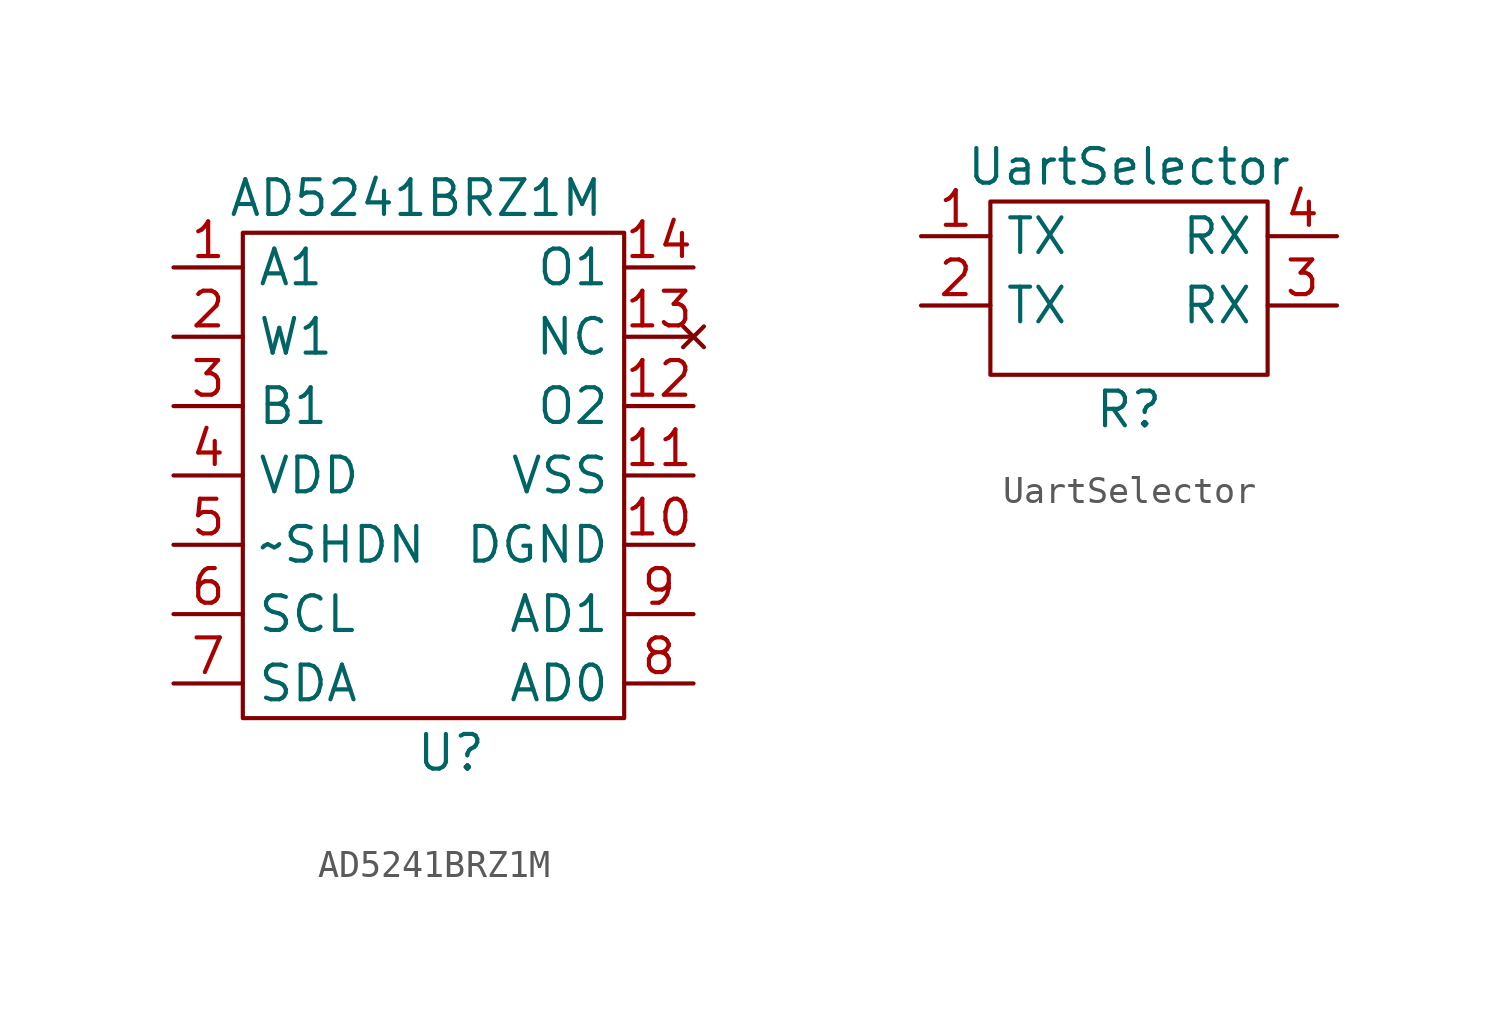
<source format=kicad_sym>
(kicad_symbol_lib
  (version 20211014)
  (generator kicad_symbol_editor)
  (symbol "AD5241BRZ1M"
    (property "Reference" "U"
      (at 1.27 -17.78 0)
      (effects (font (size 1.27 1.27))))
    (property "Value" "AD5241BRZ1M"
      (at 0 2.54 0)
      (effects (font (size 1.27 1.27))))
    (symbol "AD5241BRZ1M_0_0"
      (pin bidirectional line (at -8.89 0 0) (length 2.54) (name "A1" (effects (font (size 1.27 1.27)))) (number "1" (effects (font (size 1.27 1.27)))))
      (pin power_in line (at 10.16 -10.16 180) (length 2.54) (name "DGND" (effects (font (size 1.27 1.27)))) (number "10" (effects (font (size 1.27 1.27)))))
      (pin power_in line (at 10.16 -7.62 180) (length 2.54) (name "VSS" (effects (font (size 1.27 1.27)))) (number "11" (effects (font (size 1.27 1.27)))))
      (pin bidirectional line (at 10.16 -5.08 180) (length 2.54) (name "O2" (effects (font (size 1.27 1.27)))) (number "12" (effects (font (size 1.27 1.27)))))
      (pin no_connect line (at 10.16 -2.54 180) (length 2.54) (name "NC" (effects (font (size 1.27 1.27)))) (number "13" (effects (font (size 1.27 1.27)))))
      (pin bidirectional line (at 10.16 0 180) (length 2.54) (name "O1" (effects (font (size 1.27 1.27)))) (number "14" (effects (font (size 1.27 1.27)))))
      (pin bidirectional line (at -8.89 -2.54 0) (length 2.54) (name "W1" (effects (font (size 1.27 1.27)))) (number "2" (effects (font (size 1.27 1.27)))))
      (pin bidirectional line (at -8.89 -5.08 0) (length 2.54) (name "B1" (effects (font (size 1.27 1.27)))) (number "3" (effects (font (size 1.27 1.27)))))
      (pin power_in line (at -8.89 -7.62 0) (length 2.54) (name "VDD" (effects (font (size 1.27 1.27)))) (number "4" (effects (font (size 1.27 1.27)))))
      (pin bidirectional line (at -8.89 -10.16 0) (length 2.54) (name "~SHDN" (effects (font (size 1.27 1.27)))) (number "5" (effects (font (size 1.27 1.27)))))
      (pin bidirectional line (at -8.89 -12.7 0) (length 2.54) (name "SCL" (effects (font (size 1.27 1.27)))) (number "6" (effects (font (size 1.27 1.27)))))
      (pin bidirectional line (at -8.89 -15.24 0) (length 2.54) (name "SDA" (effects (font (size 1.27 1.27)))) (number "7" (effects (font (size 1.27 1.27)))))
      (pin bidirectional line (at 10.16 -15.24 180) (length 2.54) (name "AD0" (effects (font (size 1.27 1.27)))) (number "8" (effects (font (size 1.27 1.27)))))
      (pin bidirectional line (at 10.16 -12.7 180) (length 2.54) (name "AD1" (effects (font (size 1.27 1.27)))) (number "9" (effects (font (size 1.27 1.27))))))
    (symbol "AD5241BRZ1M_0_1"
      (rectangle (start -6.35 1.27) (end 7.62 -16.51) (stroke (width 0) (type default) (color 0 0 0 0)) (fill (type none)))))
  (symbol "UartSelector"
    (property "Reference" "R"
      (at 0 -6.35 0)
      (effects (font (size 1.27 1.27))))
    (property "Value" "UartSelector"
      (at 0 2.54 0)
      (effects (font (size 1.27 1.27))))
    (symbol "UartSelector_0_1"
      (rectangle (start -5.08 1.27) (end 5.08 -5.08) (stroke (width 0) (type default) (color 0 0 0 0)) (fill (type none))))
    (symbol "UartSelector_1_1"
      (pin output line (at -7.62 0 0) (length 2.54) (name "TX" (effects (font (size 1.27 1.27)))) (number "1" (effects (font (size 1.27 1.27)))))
      (pin output line (at -7.62 -2.54 0) (length 2.54) (name "TX" (effects (font (size 1.27 1.27)))) (number "2" (effects (font (size 1.27 1.27)))))
      (pin input line (at 7.62 -2.54 180) (length 2.54) (name "RX" (effects (font (size 1.27 1.27)))) (number "3" (effects (font (size 1.27 1.27)))))
      (pin input line (at 7.62 0 180) (length 2.54) (name "RX" (effects (font (size 1.27 1.27)))) (number "4" (effects (font (size 1.27 1.27))))))))
</source>
